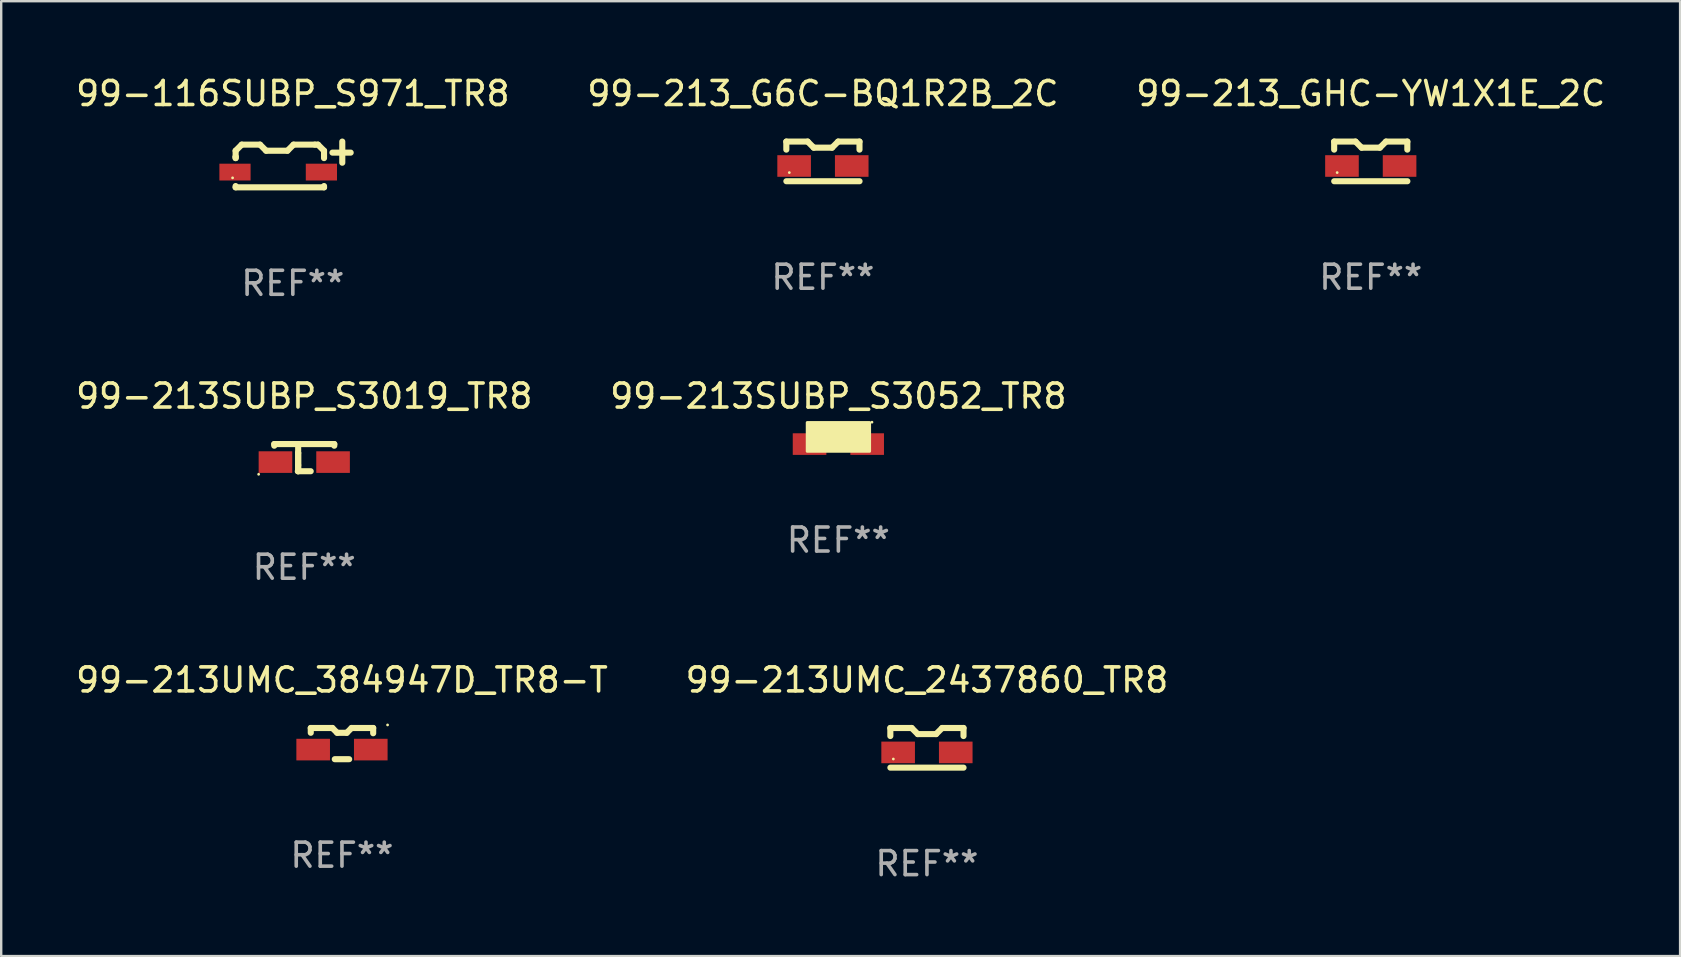
<source format=kicad_pcb>
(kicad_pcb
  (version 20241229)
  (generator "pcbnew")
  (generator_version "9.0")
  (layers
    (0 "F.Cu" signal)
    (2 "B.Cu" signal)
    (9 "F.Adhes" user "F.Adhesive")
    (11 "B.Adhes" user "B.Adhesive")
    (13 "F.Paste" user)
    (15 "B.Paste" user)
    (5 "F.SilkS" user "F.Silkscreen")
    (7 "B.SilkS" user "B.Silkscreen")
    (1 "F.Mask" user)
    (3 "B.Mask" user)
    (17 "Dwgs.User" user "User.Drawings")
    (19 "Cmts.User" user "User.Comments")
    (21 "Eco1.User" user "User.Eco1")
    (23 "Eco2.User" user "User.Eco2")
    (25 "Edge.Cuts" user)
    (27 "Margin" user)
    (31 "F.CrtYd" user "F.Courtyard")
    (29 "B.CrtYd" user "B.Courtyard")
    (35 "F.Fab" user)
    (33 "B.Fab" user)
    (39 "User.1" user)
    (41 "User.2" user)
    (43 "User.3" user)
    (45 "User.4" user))
  (footprint "99-213SUBP_S3019_TR8"
    (layer "F.Cu")
    (at 9.625 16.015)
    (property "Reference" "99-213SUBP_S3019_TR8" (at 0 -2.566 0) (layer "F.SilkS") (effects (font (size 1 1) (thickness 0.15))))
    (attr through_hole)
    (fp_line (start -1.25 -0.566) (end -1.25 -0.497) (stroke (width 0.254) (type solid)) (layer "F.SilkS"))
    (fp_line (start -1.25 -0.566) (end 1.25 -0.566) (stroke (width 0.254) (type solid)) (layer "F.SilkS"))
    (fp_line (start -0.269 0.566) (end 0.269 0.566) (stroke (width 0.254) (type solid)) (layer "F.SilkS"))
    (fp_line (start -0.254 -0.196) (end -0.254 -0.566) (stroke (width 0.254) (type solid)) (layer "F.SilkS"))
    (fp_line (start -0.254 -0.196) (end -0.254 0.312) (stroke (width 0.254) (type solid)) (layer "F.SilkS"))
    (fp_line (start -0.254 0.312) (end -0.254 0.566) (stroke (width 0.254) (type solid)) (layer "F.SilkS"))
    (fp_line (start -0.254 0.566) (end -0.254 -0.196) (stroke (width 0.254) (type solid)) (layer "F.SilkS"))
    (fp_line (start 1.25 -0.566) (end 1.25 -0.497) (stroke (width 0.254) (type solid)) (layer "F.SilkS"))
    (fp_circle (center -1.9 0.693) (end -1.87 0.693) (stroke (width 0.06) (type solid)) (fill no) (layer "F.SilkS"))
    (fp_text user "REF**" (at 0 4.566 0) (layer "F.Fab") (effects (font (size 1 1) (thickness 0.15))))
    (pad "1" smd rect (at -1.2 0.185) (size 1.4 0.9) (layers "F.Cu" "F.Mask" "F.Paste"))
    (pad "2" smd rect (at 1.2 0.185) (size 1.4 0.9) (layers "F.Cu" "F.Mask" "F.Paste")))
  (footprint "99-116SUBP_S971_TR8"
    (layer "F.Cu")
    (at 9.149 3.801)
    (property "Reference" "99-116SUBP_S971_TR8" (at 0 -2.953 0) (layer "F.SilkS") (effects (font (size 1 1) (thickness 0.15))))
    (attr through_hole)
    (fp_line (start -2.383 -0.572) (end -2.129 -0.826) (stroke (width 0.254) (type solid)) (layer "F.SilkS"))
    (fp_line (start -2.383 -0.318) (end -2.383 -0.572) (stroke (width 0.254) (type solid)) (layer "F.SilkS"))
    (fp_line (start -2.383 -0.264) (end -2.383 -0.318) (stroke (width 0.254) (type solid)) (layer "F.SilkS"))
    (fp_line (start -2.383 -0.264) (end -2.383 -0.318) (stroke (width 0.254) (type solid)) (layer "F.SilkS"))
    (fp_line (start -2.383 0.953) (end -2.383 0.899) (stroke (width 0.254) (type solid)) (layer "F.SilkS"))
    (fp_line (start -2.129 -0.826) (end -1.367 -0.826) (stroke (width 0.254) (type solid)) (layer "F.SilkS"))
    (fp_line (start -1.367 -0.826) (end -1.113 -0.572) (stroke (width 0.254) (type solid)) (layer "F.SilkS"))
    (fp_line (start -1.113 -0.572) (end -0.224 -0.572) (stroke (width 0.254) (type solid)) (layer "F.SilkS"))
    (fp_line (start -0.224 -0.572) (end 0.03 -0.826) (stroke (width 0.254) (type solid)) (layer "F.SilkS"))
    (fp_line (start 0.03 -0.826) (end 0.919 -0.826) (stroke (width 0.254) (type solid)) (layer "F.SilkS"))
    (fp_line (start 0.919 -0.826) (end 1.046 -0.826) (stroke (width 0.254) (type solid)) (layer "F.SilkS"))
    (fp_line (start 1.046 -0.826) (end 1.3 -0.572) (stroke (width 0.254) (type solid)) (layer "F.SilkS"))
    (fp_line (start 1.3 -0.572) (end 1.3 -0.264) (stroke (width 0.254) (type solid)) (layer "F.SilkS"))
    (fp_line (start 1.3 0.899) (end 1.3 0.953) (stroke (width 0.254) (type solid)) (layer "F.SilkS"))
    (fp_line (start 1.3 0.953) (end -2.383 0.953) (stroke (width 0.254) (type solid)) (layer "F.SilkS"))
    (fp_line (start 1.65 -0.493) (end 2.41 -0.493) (stroke (width 0.254) (type solid)) (layer "F.SilkS"))
    (fp_line (start 2.06 -0.953) (end 2.06 -0.072) (stroke (width 0.254) (type solid)) (layer "F.SilkS"))
    (fp_circle (center -2.51 0.558) (end -2.48 0.558) (stroke (width 0.06) (type solid)) (fill no) (layer "F.SilkS"))
    (fp_text user "REF**" (at 0 4.953 0) (layer "F.Fab") (effects (font (size 1 1) (thickness 0.15))))
    (pad "1" smd rect (at -2.41 0.318 90) (size 0.7 1.3) (layers "F.Cu" "F.Mask" "F.Paste"))
    (pad "2" smd rect (at 1.19 0.318 90) (size 0.7 1.3) (layers "F.Cu" "F.Mask" "F.Paste")))
  (footprint "99-213_G6C-BQ1R2B_2C"
    (layer "F.Cu")
    (at 31.232 3.674)
    (property "Reference" "99-213_G6C-BQ1R2B_2C" (at 0 -2.826 0) (layer "F.SilkS") (effects (font (size 1 1) (thickness 0.15))))
    (attr through_hole)
    (fp_line (start -1.525 -0.826) (end -1.525 -0.491) (stroke (width 0.254) (type solid)) (layer "F.SilkS"))
    (fp_line (start -1.525 -0.826) (end -0.636 -0.826) (stroke (width 0.254) (type solid)) (layer "F.SilkS"))
    (fp_line (start -1.523 0.826) (end 1.525 0.826) (stroke (width 0.254) (type solid)) (layer "F.SilkS"))
    (fp_line (start -0.636 -0.826) (end -0.382 -0.572) (stroke (width 0.254) (type solid)) (layer "F.SilkS"))
    (fp_line (start -0.382 -0.572) (end 0.38 -0.572) (stroke (width 0.254) (type solid)) (layer "F.SilkS"))
    (fp_line (start 0.38 -0.572) (end 0.634 -0.826) (stroke (width 0.254) (type solid)) (layer "F.SilkS"))
    (fp_line (start 0.634 -0.826) (end 1.523 -0.826) (stroke (width 0.254) (type solid)) (layer "F.SilkS"))
    (fp_line (start 1.523 -0.826) (end 1.523 -0.491) (stroke (width 0.254) (type solid)) (layer "F.SilkS"))
    (fp_circle (center -1.4 0.466) (end -1.37 0.466) (stroke (width 0.06) (type solid)) (fill no) (layer "F.SilkS"))
    (fp_text user "REF**" (at 0 4.826 0) (layer "F.Fab") (effects (font (size 1 1) (thickness 0.15))))
    (pad "1" smd rect (at -1.2 0.191) (size 1.4 0.9) (layers "F.Cu" "F.Mask" "F.Paste"))
    (pad "2" smd rect (at 1.2 0.191) (size 1.4 0.9) (layers "F.Cu" "F.Mask" "F.Paste")))
  (footprint "99-213UMC_384947D_TR8-T"
    (layer "F.Cu")
    (at 11.196 27.927)
    (property "Reference" "99-213UMC_384947D_TR8-T" (at 0 -2.65 0) (layer "F.SilkS") (effects (font (size 1 1) (thickness 0.15))))
    (attr through_hole)
    (fp_line (start -1.3 -0.65) (end -0.4 -0.65) (stroke (width 0.254) (type solid)) (layer "F.SilkS"))
    (fp_line (start -1.3 -0.45) (end -1.3 -0.65) (stroke (width 0.254) (type solid)) (layer "F.SilkS"))
    (fp_line (start -0.4 -0.65) (end -0.2 -0.45) (stroke (width 0.254) (type solid)) (layer "F.SilkS"))
    (fp_line (start -0.3 0.65) (end 0.3 0.65) (stroke (width 0.254) (type solid)) (layer "F.SilkS"))
    (fp_line (start -0.2 -0.45) (end 0.2 -0.45) (stroke (width 0.254) (type solid)) (layer "F.SilkS"))
    (fp_line (start 0.2 -0.45) (end 0.4 -0.65) (stroke (width 0.254) (type solid)) (layer "F.SilkS"))
    (fp_line (start 0.4 -0.65) (end 1.3 -0.65) (stroke (width 0.254) (type solid)) (layer "F.SilkS"))
    (fp_line (start 1.3 -0.65) (end 1.3 -0.431) (stroke (width 0.254) (type solid)) (layer "F.SilkS"))
    (fp_circle (center 1.9 -0.777) (end 1.93 -0.777) (stroke (width 0.06) (type solid)) (fill no) (layer "F.SilkS"))
    (fp_text user "REF**" (at 0 4.65 0) (layer "F.Fab") (effects (font (size 1 1) (thickness 0.15))))
    (pad "1" smd rect (at 1.2 0.25) (size 1.4 0.9) (layers "F.Cu" "F.Mask" "F.Paste"))
    (pad "2" smd rect (at -1.2 0.25 180) (size 1.4 0.9) (layers "F.Cu" "F.Mask" "F.Paste")))
  (footprint "99-213_GHC-YW1X1E_2C"
    (layer "F.Cu")
    (at 54.054 3.674)
    (property "Reference" "99-213_GHC-YW1X1E_2C" (at 0 -2.826 0) (layer "F.SilkS") (effects (font (size 1 1) (thickness 0.15))))
    (attr through_hole)
    (fp_line (start -1.525 -0.826) (end -1.525 -0.491) (stroke (width 0.254) (type solid)) (layer "F.SilkS"))
    (fp_line (start -1.525 -0.826) (end -0.636 -0.826) (stroke (width 0.254) (type solid)) (layer "F.SilkS"))
    (fp_line (start -1.523 0.826) (end 1.525 0.826) (stroke (width 0.254) (type solid)) (layer "F.SilkS"))
    (fp_line (start -0.636 -0.826) (end -0.382 -0.572) (stroke (width 0.254) (type solid)) (layer "F.SilkS"))
    (fp_line (start -0.382 -0.572) (end 0.38 -0.572) (stroke (width 0.254) (type solid)) (layer "F.SilkS"))
    (fp_line (start 0.38 -0.572) (end 0.634 -0.826) (stroke (width 0.254) (type solid)) (layer "F.SilkS"))
    (fp_line (start 0.634 -0.826) (end 1.523 -0.826) (stroke (width 0.254) (type solid)) (layer "F.SilkS"))
    (fp_line (start 1.523 -0.826) (end 1.523 -0.491) (stroke (width 0.254) (type solid)) (layer "F.SilkS"))
    (fp_circle (center -1.4 0.466) (end -1.37 0.466) (stroke (width 0.06) (type solid)) (fill no) (layer "F.SilkS"))
    (fp_text user "REF**" (at 0 4.826 0) (layer "F.Fab") (effects (font (size 1 1) (thickness 0.15))))
    (pad "1" smd rect (at -1.2 0.191) (size 1.4 0.9) (layers "F.Cu" "F.Mask" "F.Paste"))
    (pad "2" smd rect (at 1.2 0.191) (size 1.4 0.9) (layers "F.Cu" "F.Mask" "F.Paste")))
  (footprint "99-213UMC_2437860_TR8"
    (layer "F.Cu")
    (at 35.565 28.103)
    (property "Reference" "99-213UMC_2437860_TR8" (at 0 -2.826 0) (layer "F.SilkS") (effects (font (size 1 1) (thickness 0.15))))
    (attr through_hole)
    (fp_line (start -1.525 -0.826) (end -1.525 -0.491) (stroke (width 0.254) (type solid)) (layer "F.SilkS"))
    (fp_line (start -1.525 -0.826) (end -0.636 -0.826) (stroke (width 0.254) (type solid)) (layer "F.SilkS"))
    (fp_line (start -1.523 0.826) (end 1.525 0.826) (stroke (width 0.254) (type solid)) (layer "F.SilkS"))
    (fp_line (start -0.636 -0.826) (end -0.382 -0.572) (stroke (width 0.254) (type solid)) (layer "F.SilkS"))
    (fp_line (start -0.382 -0.572) (end 0.38 -0.572) (stroke (width 0.254) (type solid)) (layer "F.SilkS"))
    (fp_line (start 0.38 -0.572) (end 0.634 -0.826) (stroke (width 0.254) (type solid)) (layer "F.SilkS"))
    (fp_line (start 0.634 -0.826) (end 1.523 -0.826) (stroke (width 0.254) (type solid)) (layer "F.SilkS"))
    (fp_line (start 1.523 -0.826) (end 1.523 -0.491) (stroke (width 0.254) (type solid)) (layer "F.SilkS"))
    (fp_circle (center -1.4 0.466) (end -1.37 0.466) (stroke (width 0.06) (type solid)) (fill no) (layer "F.SilkS"))
    (fp_text user "REF**" (at 0 4.826 0) (layer "F.Fab") (effects (font (size 1 1) (thickness 0.15))))
    (pad "1" smd rect (at -1.2 0.191) (size 1.4 0.9) (layers "F.Cu" "F.Mask" "F.Paste"))
    (pad "2" smd rect (at 1.2 0.191) (size 1.4 0.9) (layers "F.Cu" "F.Mask" "F.Paste")))
  (footprint "99-213SUBP_S3052_TR8"
    (layer "F.Cu")
    (at 31.875 15.45)
    (property "Reference" "99-213SUBP_S3052_TR8" (at 0 -2 0) (layer "F.SilkS") (effects (font (size 1 1) (thickness 0.15))))
    (attr through_hole)
    (fp_circle (center 1.4 -0.912) (end 1.43 -0.912) (stroke (width 0.06) (type solid)) (fill no) (layer "F.SilkS"))
    (fp_poly (pts (xy -1.298 -0.898) (xy 1.302 -0.898) (xy 1.302 0.301) (xy -1.298 0.301)) (stroke (width 0.12) (type solid)) (fill yes) (layer "F.SilkS"))
    (fp_text user "REF**" (at 0 4 0) (layer "F.Fab") (effects (font (size 1 1) (thickness 0.15))))
    (pad "1" smd rect (at 1.2 0) (size 1.4 0.9) (layers "F.Cu" "F.Mask" "F.Paste"))
    (pad "2" smd rect (at -1.2 0 180) (size 1.4 0.9) (layers "F.Cu" "F.Mask" "F.Paste")))
  (gr_rect
    (start -3 -3)
    (end 66.94 36.777)
    (stroke (width 0.1) (type default))
    (fill no)
    (layer "Edge.Cuts")))
</source>
